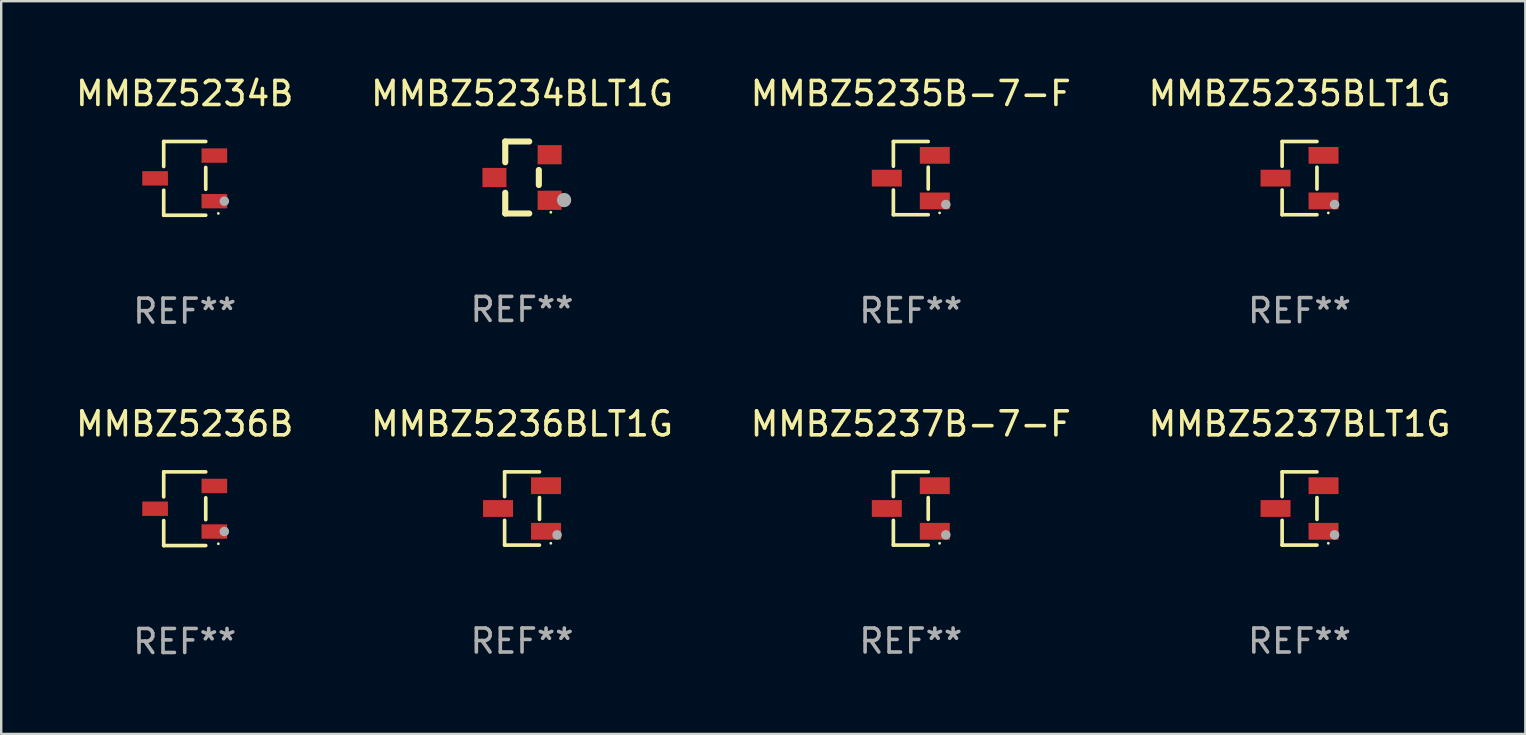
<source format=kicad_pcb>
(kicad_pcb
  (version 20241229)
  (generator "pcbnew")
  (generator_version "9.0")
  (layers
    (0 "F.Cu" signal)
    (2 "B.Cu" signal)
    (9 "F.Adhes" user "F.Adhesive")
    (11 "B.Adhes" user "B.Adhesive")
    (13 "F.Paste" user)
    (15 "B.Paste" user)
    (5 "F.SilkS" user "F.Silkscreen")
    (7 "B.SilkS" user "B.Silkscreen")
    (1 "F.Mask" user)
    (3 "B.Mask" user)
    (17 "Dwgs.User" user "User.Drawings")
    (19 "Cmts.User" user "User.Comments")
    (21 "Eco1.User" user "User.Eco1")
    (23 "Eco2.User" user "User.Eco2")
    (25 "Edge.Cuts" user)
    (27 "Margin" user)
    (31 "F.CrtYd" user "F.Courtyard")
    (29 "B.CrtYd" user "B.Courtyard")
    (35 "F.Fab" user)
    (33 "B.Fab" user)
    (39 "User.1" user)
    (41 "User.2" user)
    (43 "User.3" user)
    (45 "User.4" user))
  (footprint "MMBZ5234BLT1G"
    (layer "F.Cu")
    (at 18.708 4.348)
    (property "Reference" "MMBZ5234BLT1G" (at 0 -3.5 0) (layer "F.SilkS") (effects (font (size 1 1) (thickness 0.15))))
    (attr through_hole)
    (fp_line (start -0.7 -1.5) (end 0.3 -1.5) (stroke (width 0.254) (type solid)) (layer "F.SilkS"))
    (fp_line (start -0.7 -0.636) (end -0.7 -1.5) (stroke (width 0.254) (type solid)) (layer "F.SilkS"))
    (fp_line (start -0.7 1.5) (end -0.7 0.636) (stroke (width 0.254) (type solid)) (layer "F.SilkS"))
    (fp_line (start -0.7 1.5) (end 0.3 1.5) (stroke (width 0.254) (type solid)) (layer "F.SilkS"))
    (fp_line (start 0.7 0.314) (end 0.7 -0.314) (stroke (width 0.254) (type solid)) (layer "F.SilkS"))
    (fp_circle (center 1.2 1.45) (end 1.23 1.45) (stroke (width 0.06) (type solid)) (fill no) (layer "F.SilkS"))
    (fp_circle (center 1.753 0.94) (end 1.903 0.94) (stroke (width 0.3) (type solid)) (fill no) (layer "F.Fab"))
    (fp_text user "REF**" (at 0 5.5 0) (layer "F.Fab") (effects (font (size 1 1) (thickness 0.15))))
    (pad "1" smd rect (at 1.15 0.95 180) (size 1 0.8) (layers "F.Cu" "F.Mask" "F.Paste"))
    (pad "2" smd rect (at 1.15 -0.95 180) (size 1 0.8) (layers "F.Cu" "F.Mask" "F.Paste"))
    (pad "3" smd rect (at -1.15 -0.000051 180) (size 1 0.8) (layers "F.Cu" "F.Mask" "F.Paste")))
  (footprint "MMBZ5237B-7-F"
    (layer "F.Cu")
    (at 34.911 18.143)
    (property "Reference" "MMBZ5237B-7-F" (at 0 -3.526 0) (layer "F.SilkS") (effects (font (size 1 1) (thickness 0.15))))
    (attr through_hole)
    (fp_line (start -0.726 -1.526) (end -0.726 -0.495) (stroke (width 0.152) (type solid)) (layer "F.SilkS"))
    (fp_line (start -0.726 1.526) (end -0.726 0.495) (stroke (width 0.152) (type solid)) (layer "F.SilkS"))
    (fp_line (start 0.726 -1.526) (end -0.726 -1.526) (stroke (width 0.152) (type solid)) (layer "F.SilkS"))
    (fp_line (start 0.726 -0.455) (end 0.726 0.455) (stroke (width 0.152) (type solid)) (layer "F.SilkS"))
    (fp_line (start 0.726 1.526) (end -0.726 1.526) (stroke (width 0.152) (type solid)) (layer "F.SilkS"))
    (fp_circle (center 1.2 1.45) (end 1.23 1.45) (stroke (width 0.06) (type solid)) (fill no) (layer "F.SilkS"))
    (fp_circle (center 1.46 1.1) (end 1.56 1.1) (stroke (width 0.2) (type solid)) (fill no) (layer "F.Fab"))
    (fp_text user "REF**" (at 0 5.526 0) (layer "F.Fab") (effects (font (size 1 1) (thickness 0.15))))
    (pad "1" smd rect (at 1 0.95) (size 1.25 0.7) (layers "F.Cu" "F.Mask" "F.Paste"))
    (pad "2" smd rect (at 1 -0.95) (size 1.25 0.7) (layers "F.Cu" "F.Mask" "F.Paste"))
    (pad "3" smd rect (at -1 0) (size 1.25 0.7) (layers "F.Cu" "F.Mask" "F.Paste")))
  (footprint "MMBZ5236BLT1G"
    (layer "F.Cu")
    (at 18.708 18.143)
    (property "Reference" "MMBZ5236BLT1G" (at 0 -3.526 0) (layer "F.SilkS") (effects (font (size 1 1) (thickness 0.15))))
    (attr through_hole)
    (fp_line (start -0.726 -1.526) (end -0.726 -0.495) (stroke (width 0.152) (type solid)) (layer "F.SilkS"))
    (fp_line (start -0.726 1.526) (end -0.726 0.495) (stroke (width 0.152) (type solid)) (layer "F.SilkS"))
    (fp_line (start 0.726 -1.526) (end -0.726 -1.526) (stroke (width 0.152) (type solid)) (layer "F.SilkS"))
    (fp_line (start 0.726 -0.455) (end 0.726 0.455) (stroke (width 0.152) (type solid)) (layer "F.SilkS"))
    (fp_line (start 0.726 1.526) (end -0.726 1.526) (stroke (width 0.152) (type solid)) (layer "F.SilkS"))
    (fp_circle (center 1.2 1.45) (end 1.23 1.45) (stroke (width 0.06) (type solid)) (fill no) (layer "F.SilkS"))
    (fp_circle (center 1.46 1.1) (end 1.56 1.1) (stroke (width 0.2) (type solid)) (fill no) (layer "F.Fab"))
    (fp_text user "REF**" (at 0 5.526 0) (layer "F.Fab") (effects (font (size 1 1) (thickness 0.15))))
    (pad "1" smd rect (at 1 0.95) (size 1.25 0.7) (layers "F.Cu" "F.Mask" "F.Paste"))
    (pad "2" smd rect (at 1 -0.95) (size 1.25 0.7) (layers "F.Cu" "F.Mask" "F.Paste"))
    (pad "3" smd rect (at -1 0) (size 1.25 0.7) (layers "F.Cu" "F.Mask" "F.Paste")))
  (footprint "MMBZ5237BLT1G"
    (layer "F.Cu")
    (at 51.113 18.143)
    (property "Reference" "MMBZ5237BLT1G" (at 0 -3.526 0) (layer "F.SilkS") (effects (font (size 1 1) (thickness 0.15))))
    (attr through_hole)
    (fp_line (start -0.726 -1.526) (end -0.726 -0.495) (stroke (width 0.152) (type solid)) (layer "F.SilkS"))
    (fp_line (start -0.726 1.526) (end -0.726 0.495) (stroke (width 0.152) (type solid)) (layer "F.SilkS"))
    (fp_line (start 0.726 -1.526) (end -0.726 -1.526) (stroke (width 0.152) (type solid)) (layer "F.SilkS"))
    (fp_line (start 0.726 -0.455) (end 0.726 0.455) (stroke (width 0.152) (type solid)) (layer "F.SilkS"))
    (fp_line (start 0.726 1.526) (end -0.726 1.526) (stroke (width 0.152) (type solid)) (layer "F.SilkS"))
    (fp_circle (center 1.2 1.45) (end 1.23 1.45) (stroke (width 0.06) (type solid)) (fill no) (layer "F.SilkS"))
    (fp_circle (center 1.46 1.1) (end 1.56 1.1) (stroke (width 0.2) (type solid)) (fill no) (layer "F.Fab"))
    (fp_text user "REF**" (at 0 5.526 0) (layer "F.Fab") (effects (font (size 1 1) (thickness 0.15))))
    (pad "1" smd rect (at 1 0.95) (size 1.25 0.7) (layers "F.Cu" "F.Mask" "F.Paste"))
    (pad "2" smd rect (at 1 -0.95) (size 1.25 0.7) (layers "F.Cu" "F.Mask" "F.Paste"))
    (pad "3" smd rect (at -1 0) (size 1.25 0.7) (layers "F.Cu" "F.Mask" "F.Paste")))
  (footprint "MMBZ5234B"
    (layer "F.Cu")
    (at 4.649 4.384)
    (property "Reference" "MMBZ5234B" (at 0 -3.536 0) (layer "F.SilkS") (effects (font (size 1 1) (thickness 0.15))))
    (attr through_hole)
    (fp_line (start -0.876 -1.536) (end -0.876 -0.495) (stroke (width 0.152) (type solid)) (layer "F.SilkS"))
    (fp_line (start -0.876 1.536) (end -0.876 0.495) (stroke (width 0.152) (type solid)) (layer "F.SilkS"))
    (fp_line (start 0.876 -1.536) (end -0.876 -1.536) (stroke (width 0.152) (type solid)) (layer "F.SilkS"))
    (fp_line (start 0.876 -0.455) (end 0.876 0.455) (stroke (width 0.152) (type solid)) (layer "F.SilkS"))
    (fp_line (start 0.876 1.536) (end -0.876 1.536) (stroke (width 0.152) (type solid)) (layer "F.SilkS"))
    (fp_circle (center 1.4 1.46) (end 1.43 1.46) (stroke (width 0.06) (type solid)) (fill no) (layer "F.SilkS"))
    (fp_circle (center 1.651 0.95) (end 1.751 0.95) (stroke (width 0.2) (type solid)) (fill no) (layer "F.Fab"))
    (fp_text user "REF**" (at 0 5.536 0) (layer "F.Fab") (effects (font (size 1 1) (thickness 0.15))))
    (pad "1" smd rect (at 1.235 0.95) (size 1.07 0.6) (layers "F.Cu" "F.Mask" "F.Paste"))
    (pad "2" smd rect (at 1.235 -0.95) (size 1.07 0.6) (layers "F.Cu" "F.Mask" "F.Paste"))
    (pad "3" smd rect (at -1.235 0) (size 1.07 0.6) (layers "F.Cu" "F.Mask" "F.Paste")))
  (footprint "MMBZ5236B"
    (layer "F.Cu")
    (at 4.649 18.153)
    (property "Reference" "MMBZ5236B" (at 0 -3.536 0) (layer "F.SilkS") (effects (font (size 1 1) (thickness 0.15))))
    (attr through_hole)
    (fp_line (start -0.876 -1.536) (end -0.876 -0.495) (stroke (width 0.152) (type solid)) (layer "F.SilkS"))
    (fp_line (start -0.876 1.536) (end -0.876 0.495) (stroke (width 0.152) (type solid)) (layer "F.SilkS"))
    (fp_line (start 0.876 -1.536) (end -0.876 -1.536) (stroke (width 0.152) (type solid)) (layer "F.SilkS"))
    (fp_line (start 0.876 -0.455) (end 0.876 0.455) (stroke (width 0.152) (type solid)) (layer "F.SilkS"))
    (fp_line (start 0.876 1.536) (end -0.876 1.536) (stroke (width 0.152) (type solid)) (layer "F.SilkS"))
    (fp_circle (center 1.4 1.46) (end 1.43 1.46) (stroke (width 0.06) (type solid)) (fill no) (layer "F.SilkS"))
    (fp_circle (center 1.651 0.95) (end 1.751 0.95) (stroke (width 0.2) (type solid)) (fill no) (layer "F.Fab"))
    (fp_text user "REF**" (at 0 5.536 0) (layer "F.Fab") (effects (font (size 1 1) (thickness 0.15))))
    (pad "1" smd rect (at 1.235 0.95) (size 1.07 0.6) (layers "F.Cu" "F.Mask" "F.Paste"))
    (pad "2" smd rect (at 1.235 -0.95) (size 1.07 0.6) (layers "F.Cu" "F.Mask" "F.Paste"))
    (pad "3" smd rect (at -1.235 0) (size 1.07 0.6) (layers "F.Cu" "F.Mask" "F.Paste")))
  (footprint "MMBZ5235BLT1G"
    (layer "F.Cu")
    (at 51.113 4.374)
    (property "Reference" "MMBZ5235BLT1G" (at 0 -3.526 0) (layer "F.SilkS") (effects (font (size 1 1) (thickness 0.15))))
    (attr through_hole)
    (fp_line (start -0.726 -1.526) (end -0.726 -0.495) (stroke (width 0.152) (type solid)) (layer "F.SilkS"))
    (fp_line (start -0.726 1.526) (end -0.726 0.495) (stroke (width 0.152) (type solid)) (layer "F.SilkS"))
    (fp_line (start 0.726 -1.526) (end -0.726 -1.526) (stroke (width 0.152) (type solid)) (layer "F.SilkS"))
    (fp_line (start 0.726 -0.455) (end 0.726 0.455) (stroke (width 0.152) (type solid)) (layer "F.SilkS"))
    (fp_line (start 0.726 1.526) (end -0.726 1.526) (stroke (width 0.152) (type solid)) (layer "F.SilkS"))
    (fp_circle (center 1.2 1.45) (end 1.23 1.45) (stroke (width 0.06) (type solid)) (fill no) (layer "F.SilkS"))
    (fp_circle (center 1.46 1.1) (end 1.56 1.1) (stroke (width 0.2) (type solid)) (fill no) (layer "F.Fab"))
    (fp_text user "REF**" (at 0 5.526 0) (layer "F.Fab") (effects (font (size 1 1) (thickness 0.15))))
    (pad "1" smd rect (at 1 0.95) (size 1.25 0.7) (layers "F.Cu" "F.Mask" "F.Paste"))
    (pad "2" smd rect (at 1 -0.95) (size 1.25 0.7) (layers "F.Cu" "F.Mask" "F.Paste"))
    (pad "3" smd rect (at -1 0) (size 1.25 0.7) (layers "F.Cu" "F.Mask" "F.Paste")))
  (footprint "MMBZ5235B-7-F"
    (layer "F.Cu")
    (at 34.911 4.374)
    (property "Reference" "MMBZ5235B-7-F" (at 0 -3.526 0) (layer "F.SilkS") (effects (font (size 1 1) (thickness 0.15))))
    (attr through_hole)
    (fp_line (start -0.726 -1.526) (end -0.726 -0.495) (stroke (width 0.152) (type solid)) (layer "F.SilkS"))
    (fp_line (start -0.726 1.526) (end -0.726 0.495) (stroke (width 0.152) (type solid)) (layer "F.SilkS"))
    (fp_line (start 0.726 -1.526) (end -0.726 -1.526) (stroke (width 0.152) (type solid)) (layer "F.SilkS"))
    (fp_line (start 0.726 -0.455) (end 0.726 0.455) (stroke (width 0.152) (type solid)) (layer "F.SilkS"))
    (fp_line (start 0.726 1.526) (end -0.726 1.526) (stroke (width 0.152) (type solid)) (layer "F.SilkS"))
    (fp_circle (center 1.2 1.45) (end 1.23 1.45) (stroke (width 0.06) (type solid)) (fill no) (layer "F.SilkS"))
    (fp_circle (center 1.46 1.1) (end 1.56 1.1) (stroke (width 0.2) (type solid)) (fill no) (layer "F.Fab"))
    (fp_text user "REF**" (at 0 5.526 0) (layer "F.Fab") (effects (font (size 1 1) (thickness 0.15))))
    (pad "1" smd rect (at 1 0.95) (size 1.25 0.7) (layers "F.Cu" "F.Mask" "F.Paste"))
    (pad "2" smd rect (at 1 -0.95) (size 1.25 0.7) (layers "F.Cu" "F.Mask" "F.Paste"))
    (pad "3" smd rect (at -1 0) (size 1.25 0.7) (layers "F.Cu" "F.Mask" "F.Paste")))
  (gr_rect
    (start -3 -3)
    (end 60.524 27.538)
    (stroke (width 0.1) (type default))
    (fill no)
    (layer "Edge.Cuts")))
</source>
